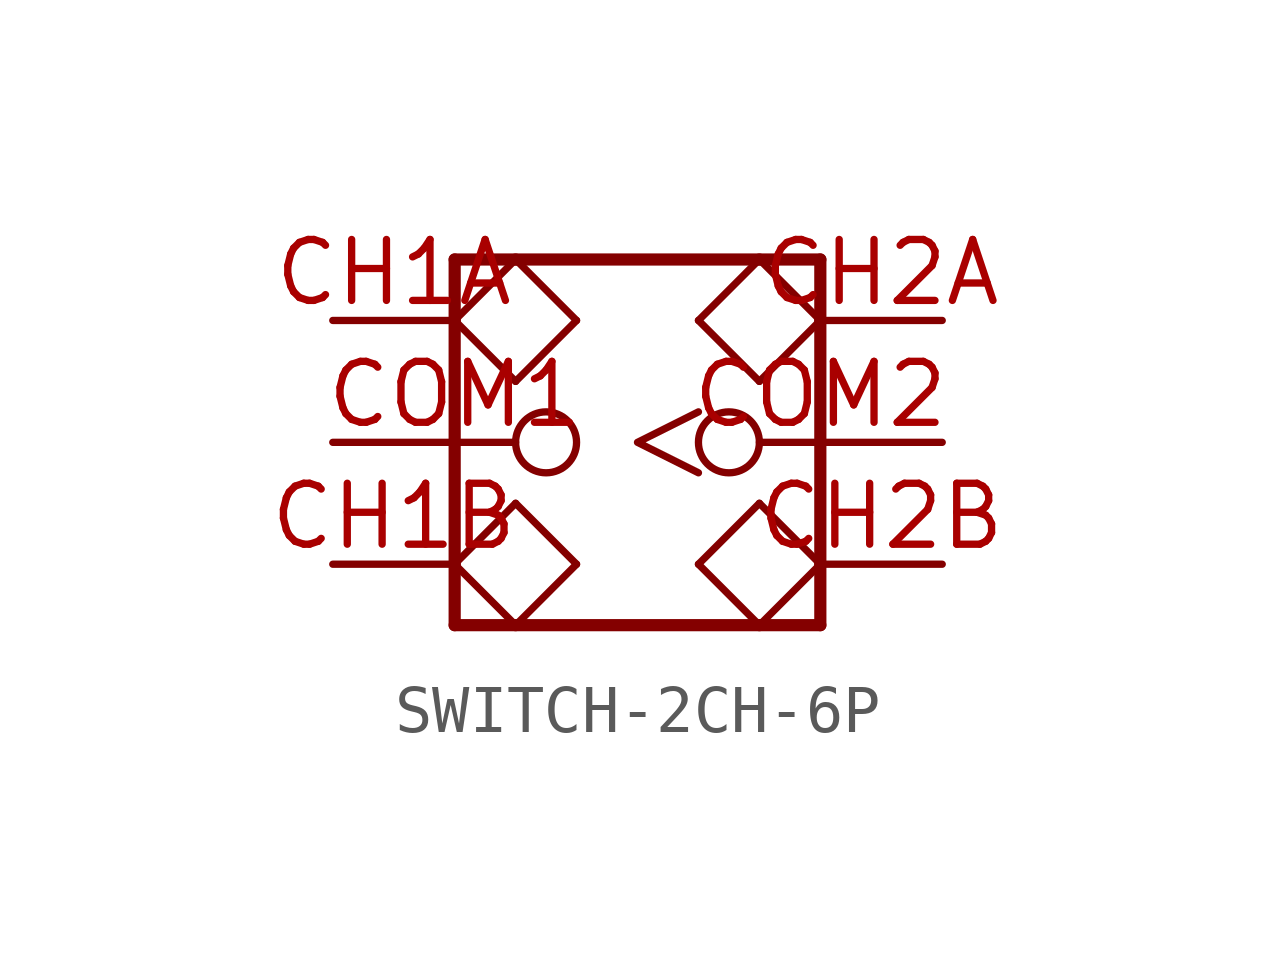
<source format=kicad_sym>
(kicad_symbol_lib
  (version 20220914)
  (generator kicad_symbol_editor)
  (symbol "SWITCH-2CH-6P"
    (property "Reference" "SW"
      (at -3.81 3.81 0)
      (effects (font (size 1.27 1.079)) (justify left bottom) hide))
    (property "ki_locked" ""
      (at 0 0 0)
      (effects (font (size 1.27 1.27))))
    (symbol "SWITCH-2CH-6P_1_0"
      (polyline (pts (xy -3.81 -3.81) (xy -3.81 -2.54)) (stroke (width 0.254) (type solid)) (fill (type none)))
      (polyline (pts (xy -3.81 -2.54) (xy -3.81 2.54)) (stroke (width 0.254) (type solid)) (fill (type none)))
      (polyline (pts (xy -3.81 -2.54) (xy -2.54 -1.27)) (stroke (width 0.152) (type solid)) (fill (type none)))
      (polyline (pts (xy -3.81 2.54) (xy -3.81 3.81)) (stroke (width 0.254) (type solid)) (fill (type none)))
      (polyline (pts (xy -3.81 2.54) (xy -2.54 3.81)) (stroke (width 0.152) (type solid)) (fill (type none)))
      (polyline (pts (xy -3.81 3.81) (xy -2.54 3.81)) (stroke (width 0.254) (type solid)) (fill (type none)))
      (polyline (pts (xy -2.54 -3.81) (xy -3.81 -3.81)) (stroke (width 0.254) (type solid)) (fill (type none)))
      (polyline (pts (xy -2.54 -3.81) (xy -3.81 -2.54)) (stroke (width 0.152) (type solid)) (fill (type none)))
      (polyline (pts (xy -2.54 -1.27) (xy -1.27 -2.54)) (stroke (width 0.152) (type solid)) (fill (type none)))
      (polyline (pts (xy -2.54 1.27) (xy -3.81 2.54)) (stroke (width 0.152) (type solid)) (fill (type none)))
      (polyline (pts (xy -2.54 3.81) (xy -1.27 2.54)) (stroke (width 0.152) (type solid)) (fill (type none)))
      (polyline (pts (xy -2.54 3.81) (xy 2.54 3.81)) (stroke (width 0.254) (type solid)) (fill (type none)))
      (polyline (pts (xy -1.27 -2.54) (xy -2.54 -3.81)) (stroke (width 0.152) (type solid)) (fill (type none)))
      (polyline (pts (xy -1.27 2.54) (xy -2.54 1.27)) (stroke (width 0.152) (type solid)) (fill (type none)))
      (polyline (pts (xy 1.27 -2.54) (xy 2.54 -3.81)) (stroke (width 0.152) (type solid)) (fill (type none)))
      (polyline (pts (xy 1.27 2.54) (xy 2.54 1.27)) (stroke (width 0.152) (type solid)) (fill (type none)))
      (polyline (pts (xy 2.54 -3.81) (xy -2.54 -3.81)) (stroke (width 0.254) (type solid)) (fill (type none)))
      (polyline (pts (xy 2.54 -3.81) (xy 3.81 -2.54)) (stroke (width 0.152) (type solid)) (fill (type none)))
      (polyline (pts (xy 2.54 -1.27) (xy 1.27 -2.54)) (stroke (width 0.152) (type solid)) (fill (type none)))
      (polyline (pts (xy 2.54 1.27) (xy 3.81 2.54)) (stroke (width 0.152) (type solid)) (fill (type none)))
      (polyline (pts (xy 2.54 3.81) (xy 1.27 2.54)) (stroke (width 0.152) (type solid)) (fill (type none)))
      (polyline (pts (xy 2.54 3.81) (xy 3.81 3.81)) (stroke (width 0.254) (type solid)) (fill (type none)))
      (polyline (pts (xy 3.81 -3.81) (xy 2.54 -3.81)) (stroke (width 0.254) (type solid)) (fill (type none)))
      (polyline (pts (xy 3.81 -2.54) (xy 2.54 -1.27)) (stroke (width 0.152) (type solid)) (fill (type none)))
      (polyline (pts (xy 3.81 -2.54) (xy 3.81 -3.81)) (stroke (width 0.254) (type solid)) (fill (type none)))
      (polyline (pts (xy 3.81 2.54) (xy 2.54 3.81)) (stroke (width 0.152) (type solid)) (fill (type none)))
      (polyline (pts (xy 3.81 2.54) (xy 3.81 -2.54)) (stroke (width 0.254) (type solid)) (fill (type none)))
      (polyline (pts (xy 3.81 3.81) (xy 3.81 2.54)) (stroke (width 0.254) (type solid)) (fill (type none)))
      (pin bidirectional line (at -6.35 2.54 0) (length 2.54) (name "CH1A" (effects (font (size 0 0)))) (number "CH1A" (effects (font (size 1.27 1.27)))))
      (pin bidirectional line (at -6.35 -2.54 0) (length 2.54) (name "CH1B" (effects (font (size 0 0)))) (number "CH1B" (effects (font (size 1.27 1.27)))))
      (pin bidirectional line (at 6.35 2.54 180) (length 2.54) (name "CH2A" (effects (font (size 0 0)))) (number "CH2A" (effects (font (size 1.27 1.27)))))
      (pin bidirectional line (at 6.35 -2.54 180) (length 2.54) (name "CH2B" (effects (font (size 0 0)))) (number "CH2B" (effects (font (size 1.27 1.27)))))
      (pin bidirectional inverted (at -6.35 0 0) (length 5.08) (name "COM1" (effects (font (size 0 0)))) (number "COM1" (effects (font (size 1.27 1.27)))))
      (pin bidirectional inverted_clock (at 6.35 0 180) (length 5.08) (name "COM2" (effects (font (size 0 0)))) (number "COM2" (effects (font (size 1.27 1.27))))))))
</source>
